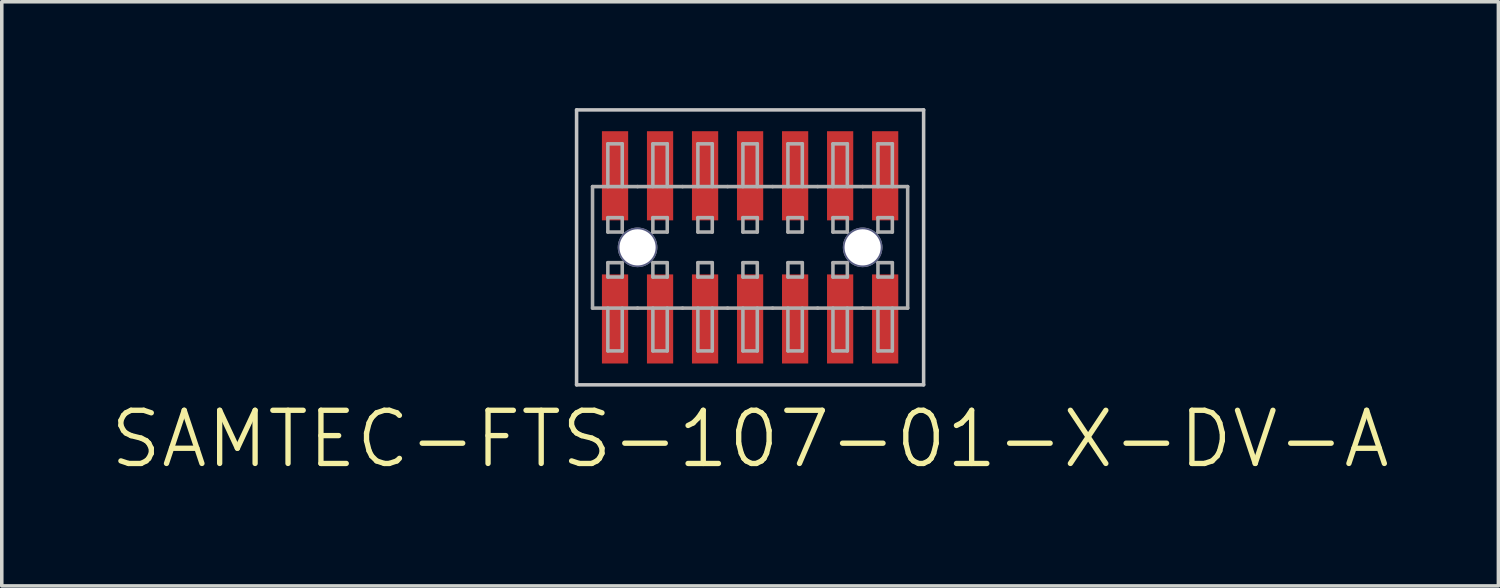
<source format=kicad_pcb>
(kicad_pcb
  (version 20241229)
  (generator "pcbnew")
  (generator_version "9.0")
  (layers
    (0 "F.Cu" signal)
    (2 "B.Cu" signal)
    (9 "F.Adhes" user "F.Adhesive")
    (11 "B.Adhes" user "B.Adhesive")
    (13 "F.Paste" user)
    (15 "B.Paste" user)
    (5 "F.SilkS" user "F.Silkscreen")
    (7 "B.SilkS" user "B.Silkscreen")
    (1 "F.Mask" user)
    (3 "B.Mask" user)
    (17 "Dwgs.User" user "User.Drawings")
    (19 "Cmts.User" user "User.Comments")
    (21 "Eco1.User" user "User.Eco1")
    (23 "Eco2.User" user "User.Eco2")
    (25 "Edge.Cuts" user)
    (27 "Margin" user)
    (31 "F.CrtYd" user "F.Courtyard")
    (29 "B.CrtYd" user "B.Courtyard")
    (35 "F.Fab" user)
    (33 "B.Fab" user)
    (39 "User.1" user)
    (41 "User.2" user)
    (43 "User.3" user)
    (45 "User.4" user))
  (footprint "SAMTEC-FTS-107-01-X-DV-A"
    (layer "F.Cu")
    (at 18.111 3.928)
    (property "Reference" "SAMTEC-FTS-107-01-X-DV-A" (at 0 5.41 0) (layer "F.SilkS") (effects (font (size 1.5 1.5) (thickness 0.15))))
    (attr through_hole)
    (fp_circle (center -3.175 0) (end -2.614 0) (stroke (width 0) (type solid)) (fill yes) (layer "F.Mask"))
    (fp_circle (center 3.175 0) (end 3.736 0) (stroke (width 0) (type solid)) (fill yes) (layer "F.Mask"))
    (fp_poly (pts (xy -4.231 -3.326) (xy -3.389 -3.326) (xy -3.389 -0.713) (xy -4.231 -0.713)) (stroke (width 0.01) (type solid)) (fill yes) (layer "F.Mask"))
    (fp_poly (pts (xy -4.231 0.713) (xy -3.389 0.713) (xy -3.389 3.326) (xy -4.231 3.326)) (stroke (width 0.01) (type solid)) (fill yes) (layer "F.Mask"))
    (fp_poly (pts (xy -2.961 -3.326) (xy -2.119 -3.326) (xy -2.119 -0.713) (xy -2.961 -0.713)) (stroke (width 0.01) (type solid)) (fill yes) (layer "F.Mask"))
    (fp_poly (pts (xy -2.961 0.713) (xy -2.119 0.713) (xy -2.119 3.326) (xy -2.961 3.326)) (stroke (width 0.01) (type solid)) (fill yes) (layer "F.Mask"))
    (fp_poly (pts (xy -1.691 -3.326) (xy -0.849 -3.326) (xy -0.849 -0.713) (xy -1.691 -0.713)) (stroke (width 0.01) (type solid)) (fill yes) (layer "F.Mask"))
    (fp_poly (pts (xy -1.691 0.713) (xy -0.849 0.713) (xy -0.849 3.326) (xy -1.691 3.326)) (stroke (width 0.01) (type solid)) (fill yes) (layer "F.Mask"))
    (fp_poly (pts (xy -0.421 -3.326) (xy 0.421 -3.326) (xy 0.421 -0.713) (xy -0.421 -0.713)) (stroke (width 0.01) (type solid)) (fill yes) (layer "F.Mask"))
    (fp_poly (pts (xy -0.421 0.713) (xy 0.421 0.713) (xy 0.421 3.326) (xy -0.421 3.326)) (stroke (width 0.01) (type solid)) (fill yes) (layer "F.Mask"))
    (fp_poly (pts (xy 0.849 -3.326) (xy 1.691 -3.326) (xy 1.691 -0.713) (xy 0.849 -0.713)) (stroke (width 0.01) (type solid)) (fill yes) (layer "F.Mask"))
    (fp_poly (pts (xy 0.849 0.713) (xy 1.691 0.713) (xy 1.691 3.326) (xy 0.849 3.326)) (stroke (width 0.01) (type solid)) (fill yes) (layer "F.Mask"))
    (fp_poly (pts (xy 2.119 -3.327) (xy 2.961 -3.327) (xy 2.961 -0.715) (xy 2.119 -0.715)) (stroke (width 0.01) (type solid)) (fill yes) (layer "F.Mask"))
    (fp_poly (pts (xy 2.119 0.713) (xy 2.961 0.713) (xy 2.961 3.326) (xy 2.119 3.326)) (stroke (width 0.01) (type solid)) (fill yes) (layer "F.Mask"))
    (fp_poly (pts (xy 3.389 -3.326) (xy 4.231 -3.326) (xy 4.231 -0.713) (xy 3.389 -0.713)) (stroke (width 0.01) (type solid)) (fill yes) (layer "F.Mask"))
    (fp_poly (pts (xy 3.389 0.713) (xy 4.231 0.713) (xy 4.231 3.326) (xy 3.389 3.326)) (stroke (width 0.01) (type solid)) (fill yes) (layer "F.Mask"))
    (fp_circle (center -3.175 0) (end -2.614 0) (stroke (width 0) (type solid)) (fill yes) (layer "B.Mask"))
    (fp_circle (center 3.175 0) (end 3.736 0) (stroke (width 0) (type solid)) (fill yes) (layer "B.Mask"))
    (fp_poly (pts (xy -4.18 -3.275) (xy -3.44 -3.275) (xy -3.44 -0.764) (xy -4.18 -0.764)) (stroke (width 0.01) (type solid)) (fill yes) (layer "F.Paste"))
    (fp_poly (pts (xy -4.18 0.764) (xy -3.44 0.764) (xy -3.44 3.275) (xy -4.18 3.275)) (stroke (width 0.01) (type solid)) (fill yes) (layer "F.Paste"))
    (fp_poly (pts (xy -2.91 -3.275) (xy -2.17 -3.275) (xy -2.17 -0.764) (xy -2.91 -0.764)) (stroke (width 0.01) (type solid)) (fill yes) (layer "F.Paste"))
    (fp_poly (pts (xy -2.91 0.764) (xy -2.17 0.764) (xy -2.17 3.275) (xy -2.91 3.275)) (stroke (width 0.01) (type solid)) (fill yes) (layer "F.Paste"))
    (fp_poly (pts (xy -1.64 -3.275) (xy -0.9 -3.275) (xy -0.9 -0.764) (xy -1.64 -0.764)) (stroke (width 0.01) (type solid)) (fill yes) (layer "F.Paste"))
    (fp_poly (pts (xy -1.64 0.764) (xy -0.9 0.764) (xy -0.9 3.275) (xy -1.64 3.275)) (stroke (width 0.01) (type solid)) (fill yes) (layer "F.Paste"))
    (fp_poly (pts (xy -0.37 -3.275) (xy 0.37 -3.275) (xy 0.37 -0.764) (xy -0.37 -0.764)) (stroke (width 0.01) (type solid)) (fill yes) (layer "F.Paste"))
    (fp_poly (pts (xy -0.37 0.762) (xy 0.37 0.762) (xy 0.37 3.275) (xy -0.37 3.275)) (stroke (width 0.01) (type solid)) (fill yes) (layer "F.Paste"))
    (fp_poly (pts (xy 0.9 -3.277) (xy 1.64 -3.277) (xy 1.64 -0.766) (xy 0.9 -0.766)) (stroke (width 0.01) (type solid)) (fill yes) (layer "F.Paste"))
    (fp_poly (pts (xy 0.9 0.764) (xy 1.64 0.764) (xy 1.64 3.275) (xy 0.9 3.275)) (stroke (width 0.01) (type solid)) (fill yes) (layer "F.Paste"))
    (fp_poly (pts (xy 2.17 -3.275) (xy 2.91 -3.275) (xy 2.91 -0.764) (xy 2.17 -0.764)) (stroke (width 0.01) (type solid)) (fill yes) (layer "F.Paste"))
    (fp_poly (pts (xy 2.17 0.764) (xy 2.91 0.764) (xy 2.91 3.275) (xy 2.17 3.275)) (stroke (width 0.01) (type solid)) (fill yes) (layer "F.Paste"))
    (fp_poly (pts (xy 3.44 -3.275) (xy 4.18 -3.275) (xy 4.18 -0.764) (xy 3.44 -0.764)) (stroke (width 0.01) (type solid)) (fill yes) (layer "F.Paste"))
    (fp_poly (pts (xy 3.44 0.764) (xy 4.18 0.764) (xy 4.18 3.275) (xy 3.44 3.275)) (stroke (width 0.01) (type solid)) (fill yes) (layer "F.Paste"))
    (fp_line (start -4.895 -3.878) (end -4.895 3.878) (stroke (width 0.1) (type solid)) (layer "Dwgs.User"))
    (fp_line (start -4.895 3.878) (end 4.895 3.878) (stroke (width 0.1) (type solid)) (layer "Dwgs.User"))
    (fp_line (start 4.895 -3.878) (end -4.895 -3.878) (stroke (width 0.1) (type solid)) (layer "Dwgs.User"))
    (fp_line (start 4.895 3.878) (end 4.895 -3.878) (stroke (width 0.1) (type solid)) (layer "Dwgs.User"))
    (fp_circle (center -3.175 0) (end -2.667 0) (stroke (width 0.1) (type solid)) (fill no) (layer "B.Fab"))
    (fp_circle (center 3.175 0) (end 3.683 0) (stroke (width 0.1) (type solid)) (fill no) (layer "B.Fab"))
    (fp_line (start -4.445 -1.714) (end -3.175 -1.714) (stroke (width 0.1) (type solid)) (layer "F.Fab"))
    (fp_line (start -4.445 1.714) (end -4.445 -1.714) (stroke (width 0.1) (type solid)) (layer "F.Fab"))
    (fp_line (start -4.013 -2.921) (end -3.607 -2.921) (stroke (width 0.1) (type solid)) (layer "F.Fab"))
    (fp_line (start -4.013 -1.714) (end -4.013 -2.921) (stroke (width 0.1) (type solid)) (layer "F.Fab"))
    (fp_line (start -4.013 -0.838) (end -3.607 -0.838) (stroke (width 0.1) (type solid)) (layer "F.Fab"))
    (fp_line (start -4.013 -0.432) (end -4.013 -0.838) (stroke (width 0.1) (type solid)) (layer "F.Fab"))
    (fp_line (start -4.013 0.432) (end -3.607 0.432) (stroke (width 0.1) (type solid)) (layer "F.Fab"))
    (fp_line (start -4.013 0.838) (end -4.013 0.432) (stroke (width 0.1) (type solid)) (layer "F.Fab"))
    (fp_line (start -4.013 1.714) (end -4.013 2.921) (stroke (width 0.1) (type solid)) (layer "F.Fab"))
    (fp_line (start -4.013 2.921) (end -3.607 2.921) (stroke (width 0.1) (type solid)) (layer "F.Fab"))
    (fp_line (start -3.607 -2.921) (end -3.607 -1.714) (stroke (width 0.1) (type solid)) (layer "F.Fab"))
    (fp_line (start -3.607 -0.838) (end -3.607 -0.432) (stroke (width 0.1) (type solid)) (layer "F.Fab"))
    (fp_line (start -3.607 -0.432) (end -4.013 -0.432) (stroke (width 0.1) (type solid)) (layer "F.Fab"))
    (fp_line (start -3.607 0.432) (end -3.607 0.838) (stroke (width 0.1) (type solid)) (layer "F.Fab"))
    (fp_line (start -3.607 0.838) (end -4.013 0.838) (stroke (width 0.1) (type solid)) (layer "F.Fab"))
    (fp_line (start -3.607 2.921) (end -3.607 1.714) (stroke (width 0.1) (type solid)) (layer "F.Fab"))
    (fp_line (start -3.175 1.714) (end -4.445 1.714) (stroke (width 0.1) (type solid)) (layer "F.Fab"))
    (fp_line (start -3.175 1.714) (end -1.905 1.714) (stroke (width 0.1) (type solid)) (layer "F.Fab"))
    (fp_line (start -2.743 -2.921) (end -2.743 -1.714) (stroke (width 0.1) (type solid)) (layer "F.Fab"))
    (fp_line (start -2.743 -0.838) (end -2.743 -0.432) (stroke (width 0.1) (type solid)) (layer "F.Fab"))
    (fp_line (start -2.743 -0.432) (end -2.337 -0.432) (stroke (width 0.1) (type solid)) (layer "F.Fab"))
    (fp_line (start -2.743 0.432) (end -2.743 0.838) (stroke (width 0.1) (type solid)) (layer "F.Fab"))
    (fp_line (start -2.743 0.838) (end -2.337 0.838) (stroke (width 0.1) (type solid)) (layer "F.Fab"))
    (fp_line (start -2.743 2.921) (end -2.743 1.714) (stroke (width 0.1) (type solid)) (layer "F.Fab"))
    (fp_line (start -2.337 -2.921) (end -2.743 -2.921) (stroke (width 0.1) (type solid)) (layer "F.Fab"))
    (fp_line (start -2.337 -1.714) (end -2.337 -2.921) (stroke (width 0.1) (type solid)) (layer "F.Fab"))
    (fp_line (start -2.337 -0.838) (end -2.743 -0.838) (stroke (width 0.1) (type solid)) (layer "F.Fab"))
    (fp_line (start -2.337 -0.432) (end -2.337 -0.838) (stroke (width 0.1) (type solid)) (layer "F.Fab"))
    (fp_line (start -2.337 0.432) (end -2.743 0.432) (stroke (width 0.1) (type solid)) (layer "F.Fab"))
    (fp_line (start -2.337 0.838) (end -2.337 0.432) (stroke (width 0.1) (type solid)) (layer "F.Fab"))
    (fp_line (start -2.337 1.714) (end -2.337 2.921) (stroke (width 0.1) (type solid)) (layer "F.Fab"))
    (fp_line (start -2.337 2.921) (end -2.743 2.921) (stroke (width 0.1) (type solid)) (layer "F.Fab"))
    (fp_line (start -1.905 -1.714) (end -3.175 -1.714) (stroke (width 0.1) (type solid)) (layer "F.Fab"))
    (fp_line (start -1.905 1.714) (end -0.635 1.714) (stroke (width 0.1) (type solid)) (layer "F.Fab"))
    (fp_line (start -1.473 -2.921) (end -1.473 -1.714) (stroke (width 0.1) (type solid)) (layer "F.Fab"))
    (fp_line (start -1.473 -0.838) (end -1.473 -0.432) (stroke (width 0.1) (type solid)) (layer "F.Fab"))
    (fp_line (start -1.473 -0.432) (end -1.067 -0.432) (stroke (width 0.1) (type solid)) (layer "F.Fab"))
    (fp_line (start -1.473 0.432) (end -1.473 0.838) (stroke (width 0.1) (type solid)) (layer "F.Fab"))
    (fp_line (start -1.473 0.838) (end -1.067 0.838) (stroke (width 0.1) (type solid)) (layer "F.Fab"))
    (fp_line (start -1.473 2.921) (end -1.473 1.714) (stroke (width 0.1) (type solid)) (layer "F.Fab"))
    (fp_line (start -1.067 -2.921) (end -1.473 -2.921) (stroke (width 0.1) (type solid)) (layer "F.Fab"))
    (fp_line (start -1.067 -1.714) (end -1.067 -2.921) (stroke (width 0.1) (type solid)) (layer "F.Fab"))
    (fp_line (start -1.067 -0.838) (end -1.473 -0.838) (stroke (width 0.1) (type solid)) (layer "F.Fab"))
    (fp_line (start -1.067 -0.432) (end -1.067 -0.838) (stroke (width 0.1) (type solid)) (layer "F.Fab"))
    (fp_line (start -1.067 0.432) (end -1.473 0.432) (stroke (width 0.1) (type solid)) (layer "F.Fab"))
    (fp_line (start -1.067 0.838) (end -1.067 0.432) (stroke (width 0.1) (type solid)) (layer "F.Fab"))
    (fp_line (start -1.067 1.714) (end -1.067 2.921) (stroke (width 0.1) (type solid)) (layer "F.Fab"))
    (fp_line (start -1.067 2.921) (end -1.473 2.921) (stroke (width 0.1) (type solid)) (layer "F.Fab"))
    (fp_line (start -0.635 -1.714) (end -1.905 -1.714) (stroke (width 0.1) (type solid)) (layer "F.Fab"))
    (fp_line (start -0.635 1.714) (end 0.635 1.714) (stroke (width 0.1) (type solid)) (layer "F.Fab"))
    (fp_line (start -0.203 -2.921) (end -0.203 -1.714) (stroke (width 0.1) (type solid)) (layer "F.Fab"))
    (fp_line (start -0.203 -0.838) (end -0.203 -0.432) (stroke (width 0.1) (type solid)) (layer "F.Fab"))
    (fp_line (start -0.203 -0.432) (end 0.203 -0.432) (stroke (width 0.1) (type solid)) (layer "F.Fab"))
    (fp_line (start -0.203 0.432) (end -0.203 0.838) (stroke (width 0.1) (type solid)) (layer "F.Fab"))
    (fp_line (start -0.203 0.838) (end 0.203 0.838) (stroke (width 0.1) (type solid)) (layer "F.Fab"))
    (fp_line (start -0.203 2.921) (end -0.203 1.714) (stroke (width 0.1) (type solid)) (layer "F.Fab"))
    (fp_line (start 0.203 -2.921) (end -0.203 -2.921) (stroke (width 0.1) (type solid)) (layer "F.Fab"))
    (fp_line (start 0.203 -1.714) (end 0.203 -2.921) (stroke (width 0.1) (type solid)) (layer "F.Fab"))
    (fp_line (start 0.203 -0.838) (end -0.203 -0.838) (stroke (width 0.1) (type solid)) (layer "F.Fab"))
    (fp_line (start 0.203 -0.432) (end 0.203 -0.838) (stroke (width 0.1) (type solid)) (layer "F.Fab"))
    (fp_line (start 0.203 0.432) (end -0.203 0.432) (stroke (width 0.1) (type solid)) (layer "F.Fab"))
    (fp_line (start 0.203 0.838) (end 0.203 0.432) (stroke (width 0.1) (type solid)) (layer "F.Fab"))
    (fp_line (start 0.203 1.714) (end 0.203 2.921) (stroke (width 0.1) (type solid)) (layer "F.Fab"))
    (fp_line (start 0.203 2.921) (end -0.203 2.921) (stroke (width 0.1) (type solid)) (layer "F.Fab"))
    (fp_line (start 0.635 -1.714) (end -0.635 -1.714) (stroke (width 0.1) (type solid)) (layer "F.Fab"))
    (fp_line (start 0.635 1.714) (end 1.905 1.714) (stroke (width 0.1) (type solid)) (layer "F.Fab"))
    (fp_line (start 1.067 -2.921) (end 1.067 -1.714) (stroke (width 0.1) (type solid)) (layer "F.Fab"))
    (fp_line (start 1.067 -0.838) (end 1.067 -0.432) (stroke (width 0.1) (type solid)) (layer "F.Fab"))
    (fp_line (start 1.067 -0.432) (end 1.473 -0.432) (stroke (width 0.1) (type solid)) (layer "F.Fab"))
    (fp_line (start 1.067 0.432) (end 1.067 0.838) (stroke (width 0.1) (type solid)) (layer "F.Fab"))
    (fp_line (start 1.067 0.838) (end 1.473 0.838) (stroke (width 0.1) (type solid)) (layer "F.Fab"))
    (fp_line (start 1.067 2.921) (end 1.067 1.714) (stroke (width 0.1) (type solid)) (layer "F.Fab"))
    (fp_line (start 1.473 -2.921) (end 1.067 -2.921) (stroke (width 0.1) (type solid)) (layer "F.Fab"))
    (fp_line (start 1.473 -1.714) (end 1.473 -2.921) (stroke (width 0.1) (type solid)) (layer "F.Fab"))
    (fp_line (start 1.473 -0.838) (end 1.067 -0.838) (stroke (width 0.1) (type solid)) (layer "F.Fab"))
    (fp_line (start 1.473 -0.432) (end 1.473 -0.838) (stroke (width 0.1) (type solid)) (layer "F.Fab"))
    (fp_line (start 1.473 0.432) (end 1.067 0.432) (stroke (width 0.1) (type solid)) (layer "F.Fab"))
    (fp_line (start 1.473 0.838) (end 1.473 0.432) (stroke (width 0.1) (type solid)) (layer "F.Fab"))
    (fp_line (start 1.473 1.714) (end 1.473 2.921) (stroke (width 0.1) (type solid)) (layer "F.Fab"))
    (fp_line (start 1.473 2.921) (end 1.067 2.921) (stroke (width 0.1) (type solid)) (layer "F.Fab"))
    (fp_line (start 1.905 -1.714) (end 0.635 -1.714) (stroke (width 0.1) (type solid)) (layer "F.Fab"))
    (fp_line (start 1.905 1.714) (end 3.175 1.714) (stroke (width 0.1) (type solid)) (layer "F.Fab"))
    (fp_line (start 2.337 -2.921) (end 2.337 -1.714) (stroke (width 0.1) (type solid)) (layer "F.Fab"))
    (fp_line (start 2.337 -0.838) (end 2.337 -0.432) (stroke (width 0.1) (type solid)) (layer "F.Fab"))
    (fp_line (start 2.337 -0.432) (end 2.743 -0.432) (stroke (width 0.1) (type solid)) (layer "F.Fab"))
    (fp_line (start 2.337 0.432) (end 2.337 0.838) (stroke (width 0.1) (type solid)) (layer "F.Fab"))
    (fp_line (start 2.337 0.838) (end 2.743 0.838) (stroke (width 0.1) (type solid)) (layer "F.Fab"))
    (fp_line (start 2.337 2.921) (end 2.337 1.714) (stroke (width 0.1) (type solid)) (layer "F.Fab"))
    (fp_line (start 2.743 -2.921) (end 2.337 -2.921) (stroke (width 0.1) (type solid)) (layer "F.Fab"))
    (fp_line (start 2.743 -1.714) (end 2.743 -2.921) (stroke (width 0.1) (type solid)) (layer "F.Fab"))
    (fp_line (start 2.743 -0.838) (end 2.337 -0.838) (stroke (width 0.1) (type solid)) (layer "F.Fab"))
    (fp_line (start 2.743 -0.432) (end 2.743 -0.838) (stroke (width 0.1) (type solid)) (layer "F.Fab"))
    (fp_line (start 2.743 0.432) (end 2.337 0.432) (stroke (width 0.1) (type solid)) (layer "F.Fab"))
    (fp_line (start 2.743 0.838) (end 2.743 0.432) (stroke (width 0.1) (type solid)) (layer "F.Fab"))
    (fp_line (start 2.743 1.714) (end 2.743 2.921) (stroke (width 0.1) (type solid)) (layer "F.Fab"))
    (fp_line (start 2.743 2.921) (end 2.337 2.921) (stroke (width 0.1) (type solid)) (layer "F.Fab"))
    (fp_line (start 3.175 -1.714) (end 1.905 -1.714) (stroke (width 0.1) (type solid)) (layer "F.Fab"))
    (fp_line (start 3.175 1.714) (end 4.445 1.714) (stroke (width 0.1) (type solid)) (layer "F.Fab"))
    (fp_line (start 3.607 -2.921) (end 3.607 -1.714) (stroke (width 0.1) (type solid)) (layer "F.Fab"))
    (fp_line (start 3.607 -0.838) (end 3.607 -0.432) (stroke (width 0.1) (type solid)) (layer "F.Fab"))
    (fp_line (start 3.607 -0.432) (end 4.013 -0.432) (stroke (width 0.1) (type solid)) (layer "F.Fab"))
    (fp_line (start 3.607 0.432) (end 3.607 0.838) (stroke (width 0.1) (type solid)) (layer "F.Fab"))
    (fp_line (start 3.607 0.838) (end 4.013 0.838) (stroke (width 0.1) (type solid)) (layer "F.Fab"))
    (fp_line (start 3.607 2.921) (end 3.607 1.714) (stroke (width 0.1) (type solid)) (layer "F.Fab"))
    (fp_line (start 4.013 -2.921) (end 3.607 -2.921) (stroke (width 0.1) (type solid)) (layer "F.Fab"))
    (fp_line (start 4.013 -1.714) (end 4.013 -2.921) (stroke (width 0.1) (type solid)) (layer "F.Fab"))
    (fp_line (start 4.013 -0.838) (end 3.607 -0.838) (stroke (width 0.1) (type solid)) (layer "F.Fab"))
    (fp_line (start 4.013 -0.432) (end 4.013 -0.838) (stroke (width 0.1) (type solid)) (layer "F.Fab"))
    (fp_line (start 4.013 0.432) (end 3.607 0.432) (stroke (width 0.1) (type solid)) (layer "F.Fab"))
    (fp_line (start 4.013 0.838) (end 4.013 0.432) (stroke (width 0.1) (type solid)) (layer "F.Fab"))
    (fp_line (start 4.013 1.714) (end 4.013 2.921) (stroke (width 0.1) (type solid)) (layer "F.Fab"))
    (fp_line (start 4.013 2.921) (end 3.607 2.921) (stroke (width 0.1) (type solid)) (layer "F.Fab"))
    (fp_line (start 4.445 -1.714) (end 3.175 -1.714) (stroke (width 0.1) (type solid)) (layer "F.Fab"))
    (fp_line (start 4.445 1.714) (end 4.445 -1.714) (stroke (width 0.1) (type solid)) (layer "F.Fab"))
    (fp_circle (center -3.175 0) (end -2.667 0) (stroke (width 0.1) (type solid)) (fill no) (layer "F.Fab"))
    (fp_circle (center 3.175 0) (end 3.683 0) (stroke (width 0.1) (type solid)) (fill no) (layer "F.Fab"))
    (pad "" np_thru_hole circle (at -3.175 0) (size 1.02 1.02) (drill 1.02) (layers "*.Cu" "*.Mask"))
    (pad "" np_thru_hole circle (at 3.175 0) (size 1.02 1.02) (drill 1.02) (layers "*.Cu" "*.Mask"))
    (pad "1" smd rect (at -3.81 2.02) (size 0.74 2.513) (layers "F.Cu" "F.Paste"))
    (pad "2" smd rect (at -3.81 -2.019) (size 0.74 2.515) (layers "F.Cu" "F.Paste"))
    (pad "3" smd rect (at -2.54 2.02) (size 0.74 2.513) (layers "F.Cu" "F.Paste"))
    (pad "4" smd rect (at -2.54 -2.019) (size 0.74 2.515) (layers "F.Cu" "F.Paste"))
    (pad "5" smd rect (at -1.27 2.02) (size 0.74 2.513) (layers "F.Cu" "F.Paste"))
    (pad "6" smd rect (at -1.27 -2.019) (size 0.74 2.515) (layers "F.Cu" "F.Paste"))
    (pad "7" smd rect (at 0 2.019) (size 0.74 2.515) (layers "F.Cu" "F.Paste"))
    (pad "8" smd rect (at 0 -2.019) (size 0.74 2.515) (layers "F.Cu" "F.Paste"))
    (pad "9" smd rect (at 1.27 2.02) (size 0.74 2.513) (layers "F.Cu" "F.Paste"))
    (pad "10" smd rect (at 1.27 -2.019) (size 0.74 2.515) (layers "F.Cu" "F.Paste"))
    (pad "11" smd rect (at 2.54 2.02) (size 0.74 2.513) (layers "F.Cu" "F.Paste"))
    (pad "12" smd rect (at 2.54 -2.019) (size 0.74 2.515) (layers "F.Cu" "F.Paste"))
    (pad "13" smd rect (at 3.81 2.02) (size 0.74 2.513) (layers "F.Cu" "F.Paste"))
    (pad "14" smd rect (at 3.81 -2.019) (size 0.74 2.515) (layers "F.Cu" "F.Paste")))
  (gr_rect
    (start -3 -3)
    (end 39.221 13.479)
    (stroke (width 0.1) (type default))
    (fill no)
    (layer "Edge.Cuts")))
</source>
